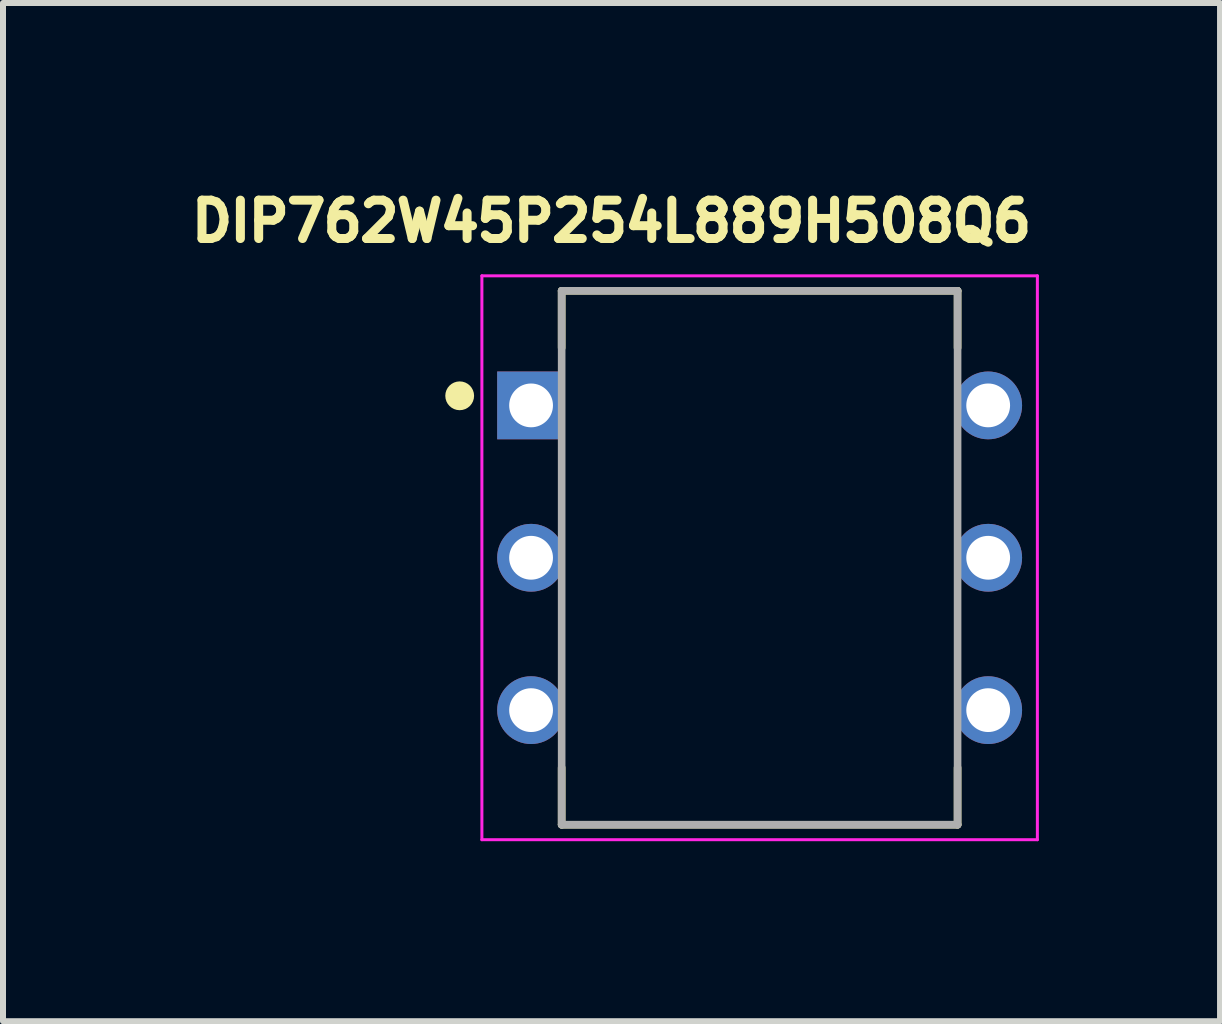
<source format=kicad_pcb>
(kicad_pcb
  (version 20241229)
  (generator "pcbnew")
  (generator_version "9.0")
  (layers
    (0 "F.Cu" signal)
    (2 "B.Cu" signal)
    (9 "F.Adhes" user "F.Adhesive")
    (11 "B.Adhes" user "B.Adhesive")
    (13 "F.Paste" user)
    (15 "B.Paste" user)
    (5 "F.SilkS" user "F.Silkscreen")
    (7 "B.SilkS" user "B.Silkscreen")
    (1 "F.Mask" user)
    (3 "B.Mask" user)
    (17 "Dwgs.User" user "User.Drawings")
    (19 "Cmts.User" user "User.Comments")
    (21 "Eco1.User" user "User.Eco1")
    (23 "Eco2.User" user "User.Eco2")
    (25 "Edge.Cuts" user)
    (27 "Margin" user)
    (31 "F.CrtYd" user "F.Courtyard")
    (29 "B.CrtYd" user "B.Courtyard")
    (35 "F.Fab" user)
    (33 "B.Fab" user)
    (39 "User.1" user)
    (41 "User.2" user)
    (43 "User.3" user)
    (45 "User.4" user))
  (footprint "DIP762W45P254L889H508Q6"
    (layer "F.Cu")
    (at 9.613 6.248)
    (property "Reference" "DIP762W45P254L889H508Q6" (at -2.469 -5.61 0) (layer "F.SilkS") (effects (font (size 0.64 0.64) (thickness 0.15))))
    (attr through_hole)
    (fp_line (start -3.3 -4.45) (end 3.3 -4.45) (stroke (width 0.127) (type solid)) (layer "F.SilkS"))
    (fp_line (start -3.3 -3.5) (end -3.3 -4.45) (stroke (width 0.127) (type solid)) (layer "F.SilkS"))
    (fp_line (start -3.3 3.5) (end -3.3 4.45) (stroke (width 0.127) (type solid)) (layer "F.SilkS"))
    (fp_line (start -3.3 4.45) (end 3.3 4.45) (stroke (width 0.127) (type solid)) (layer "F.SilkS"))
    (fp_line (start 3.3 -4.45) (end 3.3 -3.5) (stroke (width 0.127) (type solid)) (layer "F.SilkS"))
    (fp_line (start 3.3 4.45) (end 3.3 3.5) (stroke (width 0.127) (type solid)) (layer "F.SilkS"))
    (fp_circle (center -5 -2.7) (end -4.88 -2.7) (stroke (width 0.24) (type solid)) (fill no) (layer "F.SilkS"))
    (fp_line (start -4.63 -4.7) (end 4.63 -4.7) (stroke (width 0.05) (type solid)) (layer "F.CrtYd"))
    (fp_line (start -4.63 4.7) (end -4.63 -4.7) (stroke (width 0.05) (type solid)) (layer "F.CrtYd"))
    (fp_line (start 4.63 -4.7) (end 4.63 4.7) (stroke (width 0.05) (type solid)) (layer "F.CrtYd"))
    (fp_line (start 4.63 4.7) (end -4.63 4.7) (stroke (width 0.05) (type solid)) (layer "F.CrtYd"))
    (fp_line (start -3.3 -4.45) (end 3.3 -4.45) (stroke (width 0.127) (type solid)) (layer "F.Fab"))
    (fp_line (start -3.3 4.45) (end -3.3 -4.45) (stroke (width 0.127) (type solid)) (layer "F.Fab"))
    (fp_line (start 3.3 -4.45) (end 3.3 4.45) (stroke (width 0.127) (type solid)) (layer "F.Fab"))
    (fp_line (start 3.3 4.45) (end -3.3 4.45) (stroke (width 0.127) (type solid)) (layer "F.Fab"))
    (pad "1" thru_hole rect (at -3.81 -2.54) (size 1.13 1.13) (drill 0.73) (layers "*.Cu" "*.Mask"))
    (pad "2" thru_hole circle (at -3.81 0) (size 1.13 1.13) (drill 0.73) (layers "*.Cu" "*.Mask"))
    (pad "3" thru_hole circle (at -3.81 2.54) (size 1.13 1.13) (drill 0.73) (layers "*.Cu" "*.Mask"))
    (pad "4" thru_hole circle (at 3.81 2.54) (size 1.13 1.13) (drill 0.73) (layers "*.Cu" "*.Mask"))
    (pad "5" thru_hole circle (at 3.81 0) (size 1.13 1.13) (drill 0.73) (layers "*.Cu" "*.Mask"))
    (pad "6" thru_hole circle (at 3.81 -2.54) (size 1.13 1.13) (drill 0.73) (layers "*.Cu" "*.Mask")))
  (gr_rect
    (start -3 -3)
    (end 17.288 13.973)
    (stroke (width 0.1) (type default))
    (fill no)
    (layer "Edge.Cuts")))
</source>
